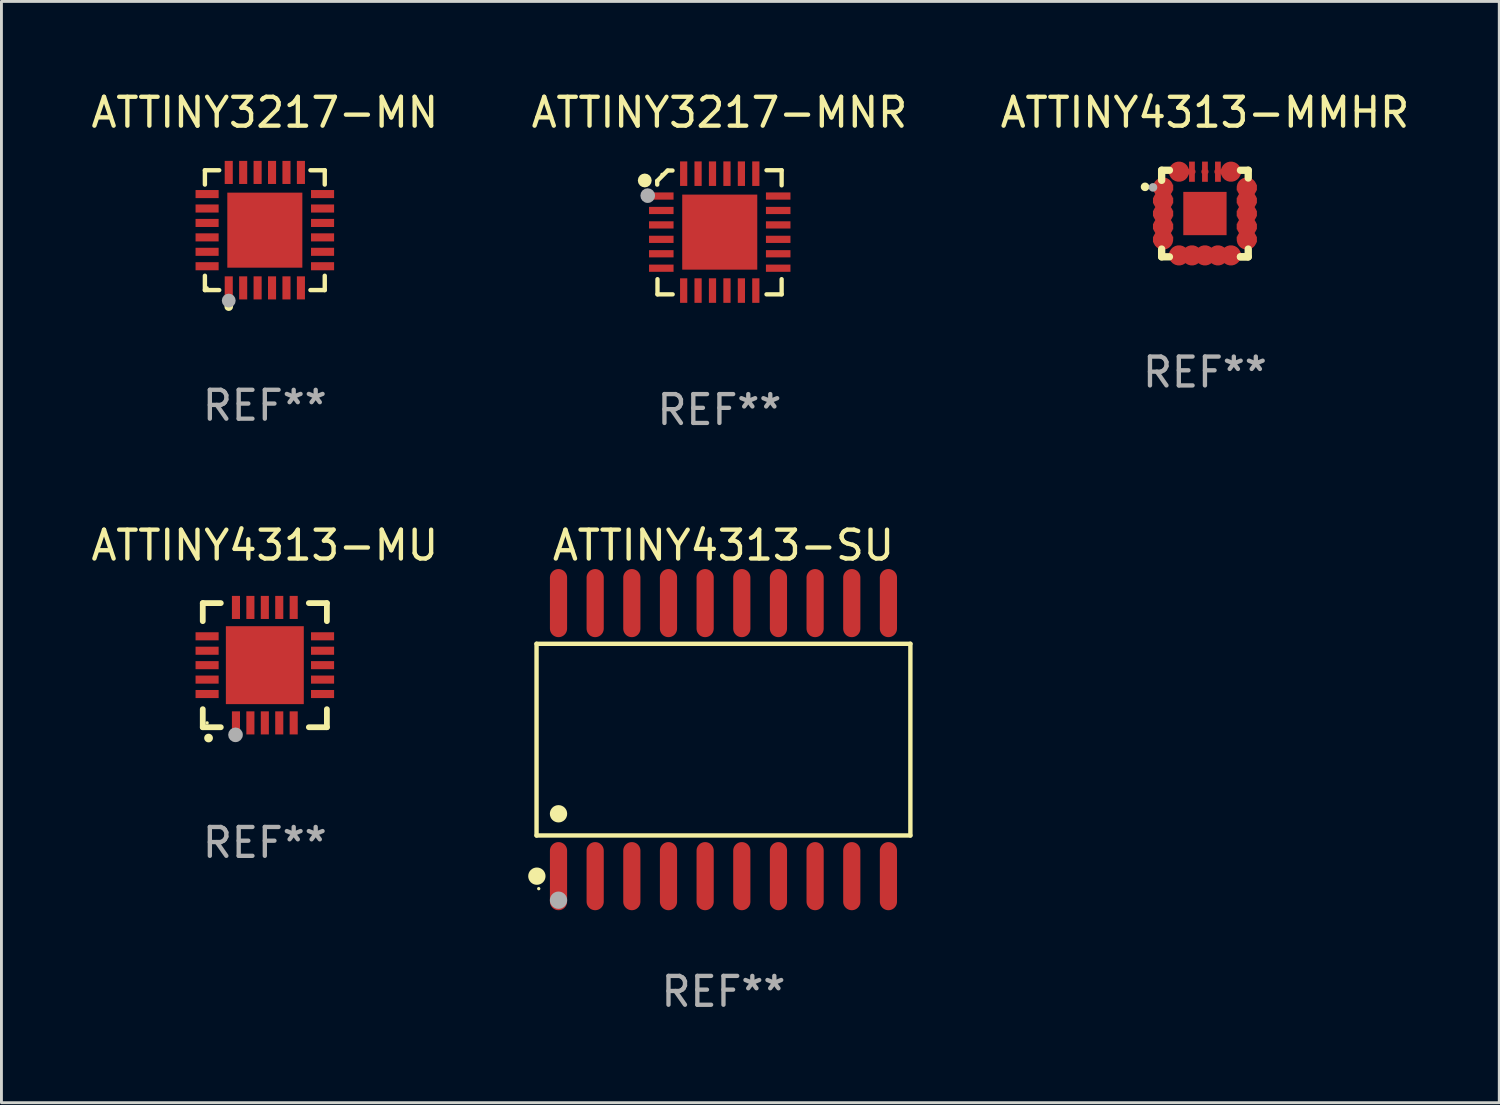
<source format=kicad_pcb>
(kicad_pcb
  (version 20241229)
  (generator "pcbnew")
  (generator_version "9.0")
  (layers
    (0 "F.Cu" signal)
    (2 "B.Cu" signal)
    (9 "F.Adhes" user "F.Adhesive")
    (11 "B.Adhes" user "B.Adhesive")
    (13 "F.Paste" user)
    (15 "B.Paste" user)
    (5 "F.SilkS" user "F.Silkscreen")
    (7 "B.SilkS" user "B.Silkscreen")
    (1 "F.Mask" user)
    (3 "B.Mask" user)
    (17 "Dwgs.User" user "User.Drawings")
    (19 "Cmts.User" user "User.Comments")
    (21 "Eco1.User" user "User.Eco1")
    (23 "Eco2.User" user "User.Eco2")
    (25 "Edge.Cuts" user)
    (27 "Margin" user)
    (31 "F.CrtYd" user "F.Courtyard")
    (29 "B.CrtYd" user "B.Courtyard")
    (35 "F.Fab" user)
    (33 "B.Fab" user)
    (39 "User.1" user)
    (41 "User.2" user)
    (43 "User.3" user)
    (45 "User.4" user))
  (footprint "ATTINY4313-MU"
    (layer "F.Cu")
    (at 6.125 19.995)
    (property "Reference" "ATTINY4313-MU" (at 0 -4.15 0) (layer "F.SilkS") (effects (font (size 1 1) (thickness 0.15))))
    (attr through_hole)
    (fp_line (start -2.15 -2.15) (end -2.15 -1.525) (stroke (width 0.2) (type solid)) (layer "F.SilkS"))
    (fp_line (start -2.15 2.15) (end -2.15 1.525) (stroke (width 0.2) (type solid)) (layer "F.SilkS"))
    (fp_line (start -1.525 -2.15) (end -2.15 -2.15) (stroke (width 0.2) (type solid)) (layer "F.SilkS"))
    (fp_line (start -1.525 2.15) (end -2.15 2.15) (stroke (width 0.2) (type solid)) (layer "F.SilkS"))
    (fp_line (start 1.525 2.15) (end 2.15 2.15) (stroke (width 0.2) (type solid)) (layer "F.SilkS"))
    (fp_line (start 2.15 -2.15) (end 1.525 -2.15) (stroke (width 0.2) (type solid)) (layer "F.SilkS"))
    (fp_line (start 2.15 -1.525) (end 2.15 -2.15) (stroke (width 0.2) (type solid)) (layer "F.SilkS"))
    (fp_line (start 2.15 2.15) (end 2.15 1.525) (stroke (width 0.2) (type solid)) (layer "F.SilkS"))
    (fp_arc (start -1.950724 2.524765) (mid -1.949454 2.52476) (end -1.948184 2.524765) (stroke (width 0.3) (type solid)) (layer "F.SilkS"))
    (fp_circle (center -2 2) (end -1.97 2) (stroke (width 0.06) (type solid)) (fill no) (layer "F.SilkS"))
    (fp_circle (center -1.016 2.413) (end -0.889 2.413) (stroke (width 0.254) (type solid)) (fill no) (layer "F.Fab"))
    (fp_text user "REF**" (at 0 6.15 0) (layer "F.Fab") (effects (font (size 1 1) (thickness 0.15))))
    (pad "1" smd rect (at -1 2) (size 0.28 0.8) (layers "F.Cu" "F.Mask" "F.Paste"))
    (pad "2" smd rect (at -0.5 2) (size 0.28 0.8) (layers "F.Cu" "F.Mask" "F.Paste"))
    (pad "3" smd rect (at 0 2) (size 0.28 0.8) (layers "F.Cu" "F.Mask" "F.Paste"))
    (pad "4" smd rect (at 0.5 2) (size 0.28 0.8) (layers "F.Cu" "F.Mask" "F.Paste"))
    (pad "5" smd rect (at 1 2) (size 0.28 0.8) (layers "F.Cu" "F.Mask" "F.Paste"))
    (pad "6" smd rect (at 2 1) (size 0.8 0.28) (layers "F.Cu" "F.Mask" "F.Paste"))
    (pad "7" smd rect (at 2 0.5) (size 0.8 0.28) (layers "F.Cu" "F.Mask" "F.Paste"))
    (pad "8" smd rect (at 2 0) (size 0.8 0.28) (layers "F.Cu" "F.Mask" "F.Paste"))
    (pad "9" smd rect (at 2 -0.5) (size 0.8 0.28) (layers "F.Cu" "F.Mask" "F.Paste"))
    (pad "10" smd rect (at 2 -1) (size 0.8 0.28) (layers "F.Cu" "F.Mask" "F.Paste"))
    (pad "11" smd rect (at 1 -2) (size 0.28 0.8) (layers "F.Cu" "F.Mask" "F.Paste"))
    (pad "12" smd rect (at 0.5 -2) (size 0.28 0.8) (layers "F.Cu" "F.Mask" "F.Paste"))
    (pad "13" smd rect (at 0 -2) (size 0.28 0.8) (layers "F.Cu" "F.Mask" "F.Paste"))
    (pad "14" smd rect (at -0.5 -2) (size 0.28 0.8) (layers "F.Cu" "F.Mask" "F.Paste"))
    (pad "15" smd rect (at -1 -2) (size 0.28 0.8) (layers "F.Cu" "F.Mask" "F.Paste"))
    (pad "16" smd rect (at -2 -1) (size 0.8 0.28) (layers "F.Cu" "F.Mask" "F.Paste"))
    (pad "17" smd rect (at -2 -0.5) (size 0.8 0.28) (layers "F.Cu" "F.Mask" "F.Paste"))
    (pad "18" smd rect (at -2 0) (size 0.8 0.28) (layers "F.Cu" "F.Mask" "F.Paste"))
    (pad "19" smd rect (at -2 0.5) (size 0.8 0.28) (layers "F.Cu" "F.Mask" "F.Paste"))
    (pad "20" smd rect (at -2 1) (size 0.8 0.28) (layers "F.Cu" "F.Mask" "F.Paste"))
    (pad "21" smd rect (at 0 0) (size 2.7 2.7) (layers "F.Cu" "F.Mask" "F.Paste")))
  (footprint "ATTINY4313-MMHR"
    (layer "F.Cu")
    (at 38.696 4.348)
    (property "Reference" "ATTINY4313-MMHR" (at 0 -3.5 0) (layer "F.SilkS") (effects (font (size 1 1) (thickness 0.15))))
    (attr through_hole)
    (fp_line (start -1.5 -1.5) (end -1.5 -1.15) (stroke (width 0.254) (type solid)) (layer "F.SilkS"))
    (fp_line (start -1.5 -1.5) (end -1.231 -1.5) (stroke (width 0.254) (type solid)) (layer "F.SilkS"))
    (fp_line (start -1.5 1.5) (end -1.5 1.231) (stroke (width 0.254) (type solid)) (layer "F.SilkS"))
    (fp_line (start -1.5 1.5) (end -1.231 1.5) (stroke (width 0.254) (type solid)) (layer "F.SilkS"))
    (fp_line (start 1.231 1.5) (end 1.475 1.5) (stroke (width 0.254) (type solid)) (layer "F.SilkS"))
    (fp_line (start 1.231 -1.5) (end 1.5 -1.5) (stroke (width 0.254) (type solid)) (layer "F.SilkS"))
    (fp_line (start 1.5 -1.5) (end 1.5 -1.231) (stroke (width 0.254) (type solid)) (layer "F.SilkS"))
    (fp_line (start 1.5 1.5) (end 1.231 1.5) (stroke (width 0.254) (type solid)) (layer "F.SilkS"))
    (fp_line (start 1.5 1.5) (end 1.5 1.231) (stroke (width 0.254) (type solid)) (layer "F.SilkS"))
    (fp_circle (center -2.075 -0.925) (end -2 -0.925) (stroke (width 0.15) (type solid)) (fill no) (layer "F.SilkS"))
    (fp_circle (center -1.5 -1.506) (end -1.47 -1.506) (stroke (width 0.06) (type solid)) (fill no) (layer "F.SilkS"))
    (fp_circle (center -1.8 -0.906) (end -1.725 -0.906) (stroke (width 0.15) (type solid)) (fill no) (layer "F.Fab"))
    (fp_text user "REF**" (at 0 5.5 0) (layer "F.Fab") (effects (font (size 1 1) (thickness 0.15))))
    (pad "1" smd custom (at -1.45 -0.9 180) (size 0.7 0.2) (layers "F.Cu" "F.Mask" "F.Paste") (options (anchor circle)) (primitives (gr_poly (pts (xy 0.35 0.1) (xy -0.35 0.1) (xy -0.35 -0.1) (xy 0.2 -0.1) (xy 0.25 -0.1) (xy 0.35 0)) (width 0) (fill yes))))
    (pad "2" smd custom (at -1.45 -0.45) (size 0.7 0.25) (layers "F.Cu" "F.Mask" "F.Paste") (options (anchor circle)) (primitives (gr_poly (pts (xy 0.25 0.1) (xy 0.35 0.1) (xy 0.35 -0.1) (xy -0.35 -0.1) (xy -0.35 0.1)) (width 0) (fill yes))))
    (pad "3" smd custom (at -1.45 0.000064) (size 0.7 0.25) (layers "F.Cu" "F.Mask" "F.Paste") (options (anchor circle)) (primitives (gr_poly (pts (xy 0.25 0.1) (xy 0.35 0.1) (xy 0.35 -0.1) (xy -0.35 -0.1) (xy -0.35 0.1)) (width 0) (fill yes))))
    (pad "4" smd custom (at -1.45 0.45) (size 0.7 0.25) (layers "F.Cu" "F.Mask" "F.Paste") (options (anchor circle)) (primitives (gr_poly (pts (xy 0.25 0.1) (xy 0.35 0.1) (xy 0.35 -0.1) (xy -0.35 -0.1) (xy -0.35 0.1)) (width 0) (fill yes))))
    (pad "5" smd custom (at -1.45 0.9) (size 0.7 0.2) (layers "F.Cu" "F.Mask" "F.Paste") (options (anchor circle)) (primitives (gr_poly (pts (xy 0.35 -0.1) (xy -0.35 -0.1) (xy -0.35 0.1) (xy 0.2 0.1) (xy 0.25 0.1) (xy 0.35 0)) (width 0) (fill yes))))
    (pad "6" smd custom (at -0.9 1.45 270) (size 0.7 0.2) (layers "F.Cu" "F.Mask" "F.Paste") (options (anchor circle)) (primitives (gr_poly (pts (xy 0.1 -0.35) (xy 0.1 0.35) (xy -0.1 0.35) (xy -0.1 -0.2) (xy -0.1 -0.25) (xy -0.000127 -0.35)) (width 0) (fill yes))))
    (pad "7" smd custom (at -0.45 1.45 270) (size 0.7 0.25) (layers "F.Cu" "F.Mask" "F.Paste") (options (anchor circle)) (primitives (gr_poly (pts (xy -0.1 0.25) (xy -0.1 0.35) (xy 0.1 0.35) (xy 0.1 -0.35) (xy -0.1 -0.35)) (width 0) (fill yes))))
    (pad "8" smd custom (at 0 1.45 270) (size 0.7 0.25) (layers "F.Cu" "F.Mask" "F.Paste") (options (anchor circle)) (primitives (gr_poly (pts (xy -0.1 0.25) (xy -0.1 0.35) (xy 0.1 0.35) (xy 0.1 -0.35) (xy -0.1 -0.35)) (width 0) (fill yes))))
    (pad "9" smd custom (at 0.45 1.45 90) (size 0.7 0.25) (layers "F.Cu" "F.Mask" "F.Paste") (options (anchor circle)) (primitives (gr_poly (pts (xy 0.1 0.25) (xy 0.1 0.35) (xy -0.1 0.35) (xy -0.1 -0.35) (xy 0.1 -0.35)) (width 0) (fill yes))))
    (pad "10" smd custom (at 0.9 1.45 270) (size 0.7 0.2) (layers "F.Cu" "F.Mask" "F.Paste") (options (anchor circle)) (primitives (gr_poly (pts (xy -0.1 -0.35) (xy -0.1 0.35) (xy 0.1 0.35) (xy 0.1 -0.2) (xy 0.1 -0.25) (xy 0.000127 -0.35)) (width 0) (fill yes))))
    (pad "11" smd custom (at 1.45 0.9) (size 0.7 0.2) (layers "F.Cu" "F.Mask" "F.Paste") (options (anchor circle)) (primitives (gr_poly (pts (xy -0.35 -0.1) (xy 0.35 -0.1) (xy 0.35 0.1) (xy -0.2 0.1) (xy -0.25 0.1) (xy -0.35 0)) (width 0) (fill yes))))
    (pad "12" smd custom (at 1.45 0.45) (size 0.7 0.25) (layers "F.Cu" "F.Mask" "F.Paste") (options (anchor circle)) (primitives (gr_poly (pts (xy -0.25 0.1) (xy -0.35 0.1) (xy -0.35 -0.1) (xy 0.35 -0.1) (xy 0.35 0.1)) (width 0) (fill yes))))
    (pad "13" smd custom (at 1.45 0.000013) (size 0.7 0.25) (layers "F.Cu" "F.Mask" "F.Paste") (options (anchor circle)) (primitives (gr_poly (pts (xy -0.25 0.1) (xy -0.35 0.1) (xy -0.35 -0.1) (xy 0.35 -0.1) (xy 0.35 0.1)) (width 0) (fill yes))))
    (pad "14" smd custom (at 1.45 -0.45) (size 0.7 0.25) (layers "F.Cu" "F.Mask" "F.Paste") (options (anchor circle)) (primitives (gr_poly (pts (xy -0.25 0.1) (xy -0.35 0.1) (xy -0.35 -0.1) (xy 0.35 -0.1) (xy 0.35 0.1)) (width 0) (fill yes))))
    (pad "15" smd custom (at 1.45 -0.9) (size 0.7 0.2) (layers "F.Cu" "F.Mask" "F.Paste") (options (anchor circle)) (primitives (gr_poly (pts (xy -0.35 0.1) (xy 0.35 0.1) (xy 0.35 -0.1) (xy -0.2 -0.1) (xy -0.25 -0.1) (xy -0.35 0)) (width 0) (fill yes))))
    (pad "16" smd custom (at 0.9 -1.45 90) (size 0.7 0.2) (layers "F.Cu" "F.Mask" "F.Paste") (options (anchor circle)) (primitives (gr_poly (pts (xy -0.1 0.35) (xy -0.1 -0.35) (xy 0.1 -0.35) (xy 0.1 0.2) (xy 0.1 0.25) (xy 0.000076 0.35)) (width 0) (fill yes))))
    (pad "17" smd custom (at 0.45 -1.45) (size 0.25 0.7) (layers "F.Cu" "F.Mask" "F.Paste") (options (anchor circle)) (primitives (gr_poly (pts (xy 0.1 0.25) (xy 0.1 0.35) (xy -0.1 0.35) (xy -0.1 -0.35) (xy 0.1 -0.35)) (width 0) (fill yes))))
    (pad "18" smd custom (at 0 -1.45) (size 0.25 0.7) (layers "F.Cu" "F.Mask" "F.Paste") (options (anchor circle)) (primitives (gr_poly (pts (xy 0.1 0.25) (xy 0.1 0.35) (xy -0.1 0.35) (xy -0.1 -0.35) (xy 0.1 -0.35)) (width 0) (fill yes))))
    (pad "19" smd custom (at -0.45 -1.45 180) (size 0.25 0.7) (layers "F.Cu" "F.Mask" "F.Paste") (options (anchor circle)) (primitives (gr_poly (pts (xy -0.1 0.25) (xy -0.1 0.35) (xy 0.1 0.35) (xy 0.1 -0.35) (xy -0.1 -0.35)) (width 0) (fill yes))))
    (pad "21" smd rect (at 0 0.000013) (size 1.5 1.5) (layers "F.Cu" "F.Mask" "F.Paste"))
    (pad "25" smd custom (at -0.9 -1.45 270) (size 0.7 0.2) (layers "F.Cu" "F.Mask" "F.Paste") (options (anchor circle)) (primitives (gr_poly (pts (xy 0.1 0.35) (xy 0.1 -0.35) (xy -0.1 -0.35) (xy -0.1 0.2) (xy -0.1 0.25) (xy -0.000102 0.35)) (width 0) (fill yes)))))
  (footprint "ATTINY3217-MNR"
    (layer "F.Cu")
    (at 21.875 4.998)
    (property "Reference" "ATTINY3217-MNR" (at 0 -4.15 0) (layer "F.SilkS") (effects (font (size 1 1) (thickness 0.15))))
    (attr through_hole)
    (fp_line (start -2.155 -1.779) (end -2.155 -1.652) (stroke (width 0.15) (type solid)) (layer "F.SilkS"))
    (fp_line (start -2.146 2.15) (end -2.146 1.624) (stroke (width 0.15) (type solid)) (layer "F.SilkS"))
    (fp_line (start -1.795 -2.14) (end -2.155 -1.779) (stroke (width 0.15) (type solid)) (layer "F.SilkS"))
    (fp_line (start -1.625 -2.14) (end -1.795 -2.14) (stroke (width 0.15) (type solid)) (layer "F.SilkS"))
    (fp_line (start -1.62 2.15) (end -2.146 2.15) (stroke (width 0.15) (type solid)) (layer "F.SilkS"))
    (fp_line (start 1.631 -2.15) (end 2.155 -2.15) (stroke (width 0.15) (type solid)) (layer "F.SilkS"))
    (fp_line (start 1.631 2.15) (end 2.155 2.15) (stroke (width 0.15) (type solid)) (layer "F.SilkS"))
    (fp_line (start 2.155 -2.15) (end 2.155 -1.627) (stroke (width 0.15) (type solid)) (layer "F.SilkS"))
    (fp_line (start 2.155 2.15) (end 2.155 1.624) (stroke (width 0.15) (type solid)) (layer "F.SilkS"))
    (fp_circle (center -2.587 -1.796) (end -2.467 -1.796) (stroke (width 0.24) (type solid)) (fill no) (layer "F.SilkS"))
    (fp_circle (center -1.99 -2.006) (end -1.96 -2.006) (stroke (width 0.06) (type solid)) (fill no) (layer "F.SilkS"))
    (fp_circle (center -2.485 -1.271) (end -2.358 -1.271) (stroke (width 0.254) (type solid)) (fill no) (layer "F.Fab"))
    (fp_text user "REF**" (at 0 6.15 0) (layer "F.Fab") (effects (font (size 1 1) (thickness 0.15))))
    (pad "1" smd rect (at -2.014 -1.256) (size 0.85 0.25) (layers "F.Cu" "F.Mask" "F.Paste"))
    (pad "2" smd rect (at -2.014 -0.756) (size 0.85 0.25) (layers "F.Cu" "F.Mask" "F.Paste"))
    (pad "3" smd rect (at -2.014 -0.256) (size 0.85 0.25) (layers "F.Cu" "F.Mask" "F.Paste"))
    (pad "4" smd rect (at -2.014 0.244) (size 0.85 0.25) (layers "F.Cu" "F.Mask" "F.Paste"))
    (pad "5" smd rect (at -2.014 0.744) (size 0.85 0.25) (layers "F.Cu" "F.Mask" "F.Paste"))
    (pad "6" smd rect (at -2.014 1.244) (size 0.85 0.25) (layers "F.Cu" "F.Mask" "F.Paste"))
    (pad "7" smd rect (at -1.239 2.019 90) (size 0.85 0.25) (layers "F.Cu" "F.Mask" "F.Paste"))
    (pad "8" smd rect (at -0.74 2.019 90) (size 0.85 0.25) (layers "F.Cu" "F.Mask" "F.Paste"))
    (pad "9" smd rect (at -0.24 2.019 90) (size 0.85 0.25) (layers "F.Cu" "F.Mask" "F.Paste"))
    (pad "10" smd rect (at 0.261 2.019 90) (size 0.85 0.25) (layers "F.Cu" "F.Mask" "F.Paste"))
    (pad "11" smd rect (at 0.761 2.019 90) (size 0.85 0.25) (layers "F.Cu" "F.Mask" "F.Paste"))
    (pad "12" smd rect (at 1.261 2.019 90) (size 0.85 0.25) (layers "F.Cu" "F.Mask" "F.Paste"))
    (pad "13" smd rect (at 2.036 1.244) (size 0.85 0.25) (layers "F.Cu" "F.Mask" "F.Paste"))
    (pad "14" smd rect (at 2.036 0.744) (size 0.85 0.25) (layers "F.Cu" "F.Mask" "F.Paste"))
    (pad "15" smd rect (at 2.036 0.244) (size 0.85 0.25) (layers "F.Cu" "F.Mask" "F.Paste"))
    (pad "16" smd rect (at 2.036 -0.256) (size 0.85 0.25) (layers "F.Cu" "F.Mask" "F.Paste"))
    (pad "17" smd rect (at 2.036 -0.756) (size 0.85 0.25) (layers "F.Cu" "F.Mask" "F.Paste"))
    (pad "18" smd rect (at 2.036 -1.256) (size 0.85 0.25) (layers "F.Cu" "F.Mask" "F.Paste"))
    (pad "19" smd rect (at 1.261 -2.031 90) (size 0.85 0.25) (layers "F.Cu" "F.Mask" "F.Paste"))
    (pad "20" smd rect (at 0.761 -2.031 90) (size 0.85 0.25) (layers "F.Cu" "F.Mask" "F.Paste"))
    (pad "21" smd rect (at 0.261 -2.031 90) (size 0.85 0.25) (layers "F.Cu" "F.Mask" "F.Paste"))
    (pad "22" smd rect (at -0.24 -2.031 90) (size 0.85 0.25) (layers "F.Cu" "F.Mask" "F.Paste"))
    (pad "23" smd rect (at -0.74 -2.031 90) (size 0.85 0.25) (layers "F.Cu" "F.Mask" "F.Paste"))
    (pad "24" smd rect (at -1.239 -2.031 90) (size 0.85 0.25) (layers "F.Cu" "F.Mask" "F.Paste"))
    (pad "25" smd rect (at 0.011 -0.006) (size 2.6 2.6) (layers "F.Cu" "F.Mask" "F.Paste")))
  (footprint "ATTINY3217-MN"
    (layer "F.Cu")
    (at 6.125 4.924)
    (property "Reference" "ATTINY3217-MN" (at 0 -4.076 0) (layer "F.SilkS") (effects (font (size 1 1) (thickness 0.15))))
    (attr through_hole)
    (fp_line (start -2.076 -2.076) (end -1.58 -2.076) (stroke (width 0.152) (type solid)) (layer "F.SilkS"))
    (fp_line (start -2.076 -1.58) (end -2.076 -2.076) (stroke (width 0.152) (type solid)) (layer "F.SilkS"))
    (fp_line (start -2.076 1.58) (end -2.076 2.076) (stroke (width 0.152) (type solid)) (layer "F.SilkS"))
    (fp_line (start -2.076 2.076) (end -1.58 2.076) (stroke (width 0.152) (type solid)) (layer "F.SilkS"))
    (fp_line (start 2.076 -2.076) (end 1.58 -2.076) (stroke (width 0.152) (type solid)) (layer "F.SilkS"))
    (fp_line (start 2.076 -1.58) (end 2.076 -2.076) (stroke (width 0.152) (type solid)) (layer "F.SilkS"))
    (fp_line (start 2.076 1.58) (end 2.076 2.076) (stroke (width 0.152) (type solid)) (layer "F.SilkS"))
    (fp_line (start 2.076 2.076) (end 1.58 2.076) (stroke (width 0.152) (type solid)) (layer "F.SilkS"))
    (fp_circle (center -2 2) (end -1.97 2) (stroke (width 0.06) (type solid)) (fill no) (layer "F.SilkS"))
    (fp_circle (center -1.25 2.65) (end -1.175 2.65) (stroke (width 0.15) (type solid)) (fill no) (layer "F.SilkS"))
    (fp_circle (center -1.25 2.44) (end -1.13 2.44) (stroke (width 0.24) (type solid)) (fill no) (layer "F.Fab"))
    (fp_text user "REF**" (at 0 6.076 0) (layer "F.Fab") (effects (font (size 1 1) (thickness 0.15))))
    (pad "1" smd rect (at -1.25 2) (size 0.28 0.8) (layers "F.Cu" "F.Mask" "F.Paste"))
    (pad "2" smd rect (at -0.75 2) (size 0.28 0.8) (layers "F.Cu" "F.Mask" "F.Paste"))
    (pad "3" smd rect (at -0.25 2) (size 0.28 0.8) (layers "F.Cu" "F.Mask" "F.Paste"))
    (pad "4" smd rect (at 0.25 2) (size 0.28 0.8) (layers "F.Cu" "F.Mask" "F.Paste"))
    (pad "5" smd rect (at 0.75 2) (size 0.28 0.8) (layers "F.Cu" "F.Mask" "F.Paste"))
    (pad "6" smd rect (at 1.25 2) (size 0.28 0.8) (layers "F.Cu" "F.Mask" "F.Paste"))
    (pad "7" smd rect (at 2 1.25) (size 0.8 0.28) (layers "F.Cu" "F.Mask" "F.Paste"))
    (pad "8" smd rect (at 2 0.75) (size 0.8 0.28) (layers "F.Cu" "F.Mask" "F.Paste"))
    (pad "9" smd rect (at 2 0.25) (size 0.8 0.28) (layers "F.Cu" "F.Mask" "F.Paste"))
    (pad "10" smd rect (at 2 -0.25) (size 0.8 0.28) (layers "F.Cu" "F.Mask" "F.Paste"))
    (pad "11" smd rect (at 2 -0.75) (size 0.8 0.28) (layers "F.Cu" "F.Mask" "F.Paste"))
    (pad "12" smd rect (at 2 -1.25) (size 0.8 0.28) (layers "F.Cu" "F.Mask" "F.Paste"))
    (pad "13" smd rect (at 1.25 -2) (size 0.28 0.8) (layers "F.Cu" "F.Mask" "F.Paste"))
    (pad "14" smd rect (at 0.75 -2) (size 0.28 0.8) (layers "F.Cu" "F.Mask" "F.Paste"))
    (pad "15" smd rect (at 0.25 -2) (size 0.28 0.8) (layers "F.Cu" "F.Mask" "F.Paste"))
    (pad "16" smd rect (at -0.25 -2) (size 0.28 0.8) (layers "F.Cu" "F.Mask" "F.Paste"))
    (pad "17" smd rect (at -0.75 -2) (size 0.28 0.8) (layers "F.Cu" "F.Mask" "F.Paste"))
    (pad "18" smd rect (at -1.25 -2) (size 0.28 0.8) (layers "F.Cu" "F.Mask" "F.Paste"))
    (pad "19" smd rect (at -2 -1.25) (size 0.8 0.28) (layers "F.Cu" "F.Mask" "F.Paste"))
    (pad "20" smd rect (at -2 -0.75) (size 0.8 0.28) (layers "F.Cu" "F.Mask" "F.Paste"))
    (pad "21" smd rect (at -2 -0.25) (size 0.8 0.28) (layers "F.Cu" "F.Mask" "F.Paste"))
    (pad "22" smd rect (at -2 0.25) (size 0.8 0.28) (layers "F.Cu" "F.Mask" "F.Paste"))
    (pad "23" smd rect (at -2 0.75) (size 0.8 0.28) (layers "F.Cu" "F.Mask" "F.Paste"))
    (pad "24" smd rect (at -2 1.25) (size 0.8 0.28) (layers "F.Cu" "F.Mask" "F.Paste"))
    (pad "25" smd rect (at 0 0) (size 2.6 2.6) (layers "F.Cu" "F.Mask" "F.Paste")))
  (footprint "ATTINY4313-SU"
    (layer "F.Cu")
    (at 22.015 22.575)
    (property "Reference" "ATTINY4313-SU" (at 0 -6.73 0) (layer "F.SilkS") (effects (font (size 1 1) (thickness 0.15))))
    (attr through_hole)
    (fp_line (start -6.476 -3.321) (end 6.476 -3.321) (stroke (width 0.152) (type solid)) (layer "F.SilkS"))
    (fp_line (start -6.476 3.321) (end -6.476 -3.321) (stroke (width 0.152) (type solid)) (layer "F.SilkS"))
    (fp_line (start 6.476 -3.321) (end 6.476 3.321) (stroke (width 0.152) (type solid)) (layer "F.SilkS"))
    (fp_line (start 6.476 3.321) (end -6.476 3.321) (stroke (width 0.152) (type solid)) (layer "F.SilkS"))
    (fp_circle (center -6.465 4.73) (end -6.315 4.73) (stroke (width 0.3) (type solid)) (fill no) (layer "F.SilkS"))
    (fp_circle (center -6.4 5.163) (end -6.37 5.163) (stroke (width 0.06) (type solid)) (fill no) (layer "F.SilkS"))
    (fp_circle (center -5.715 2.569) (end -5.565 2.569) (stroke (width 0.3) (type solid)) (fill no) (layer "F.SilkS"))
    (fp_circle (center -5.715 5.563) (end -5.565 5.563) (stroke (width 0.3) (type solid)) (fill no) (layer "F.Fab"))
    (fp_text user "REF**" (at 0 8.73 0) (layer "F.Fab") (effects (font (size 1 1) (thickness 0.15))))
    (pad "1" smd oval (at -5.715 4.73) (size 0.595 2.36) (layers "F.Cu" "F.Mask" "F.Paste"))
    (pad "2" smd oval (at -4.445 4.73) (size 0.595 2.36) (layers "F.Cu" "F.Mask" "F.Paste"))
    (pad "3" smd oval (at -3.175 4.73) (size 0.595 2.36) (layers "F.Cu" "F.Mask" "F.Paste"))
    (pad "4" smd oval (at -1.905 4.73) (size 0.595 2.36) (layers "F.Cu" "F.Mask" "F.Paste"))
    (pad "5" smd oval (at -0.635 4.73) (size 0.595 2.36) (layers "F.Cu" "F.Mask" "F.Paste"))
    (pad "6" smd oval (at 0.635 4.73) (size 0.595 2.36) (layers "F.Cu" "F.Mask" "F.Paste"))
    (pad "7" smd oval (at 1.905 4.73) (size 0.595 2.36) (layers "F.Cu" "F.Mask" "F.Paste"))
    (pad "8" smd oval (at 3.175 4.73) (size 0.595 2.36) (layers "F.Cu" "F.Mask" "F.Paste"))
    (pad "9" smd oval (at 4.445 4.73) (size 0.595 2.36) (layers "F.Cu" "F.Mask" "F.Paste"))
    (pad "10" smd oval (at 5.715 4.73) (size 0.595 2.36) (layers "F.Cu" "F.Mask" "F.Paste"))
    (pad "11" smd oval (at 5.715 -4.73) (size 0.595 2.36) (layers "F.Cu" "F.Mask" "F.Paste"))
    (pad "12" smd oval (at 4.445 -4.73) (size 0.595 2.36) (layers "F.Cu" "F.Mask" "F.Paste"))
    (pad "13" smd oval (at 3.175 -4.73) (size 0.595 2.36) (layers "F.Cu" "F.Mask" "F.Paste"))
    (pad "14" smd oval (at 1.905 -4.73) (size 0.595 2.36) (layers "F.Cu" "F.Mask" "F.Paste"))
    (pad "15" smd oval (at 0.635 -4.73) (size 0.595 2.36) (layers "F.Cu" "F.Mask" "F.Paste"))
    (pad "16" smd oval (at -0.635 -4.73) (size 0.595 2.36) (layers "F.Cu" "F.Mask" "F.Paste"))
    (pad "17" smd oval (at -1.905 -4.73) (size 0.595 2.36) (layers "F.Cu" "F.Mask" "F.Paste"))
    (pad "18" smd oval (at -3.175 -4.73) (size 0.595 2.36) (layers "F.Cu" "F.Mask" "F.Paste"))
    (pad "19" smd oval (at -4.445 -4.73) (size 0.595 2.36) (layers "F.Cu" "F.Mask" "F.Paste"))
    (pad "20" smd oval (at -5.715 -4.73) (size 0.595 2.36) (layers "F.Cu" "F.Mask" "F.Paste")))
  (gr_rect
    (start -3 -3)
    (end 48.893 35.153)
    (stroke (width 0.1) (type default))
    (fill no)
    (layer "Edge.Cuts")))
</source>
